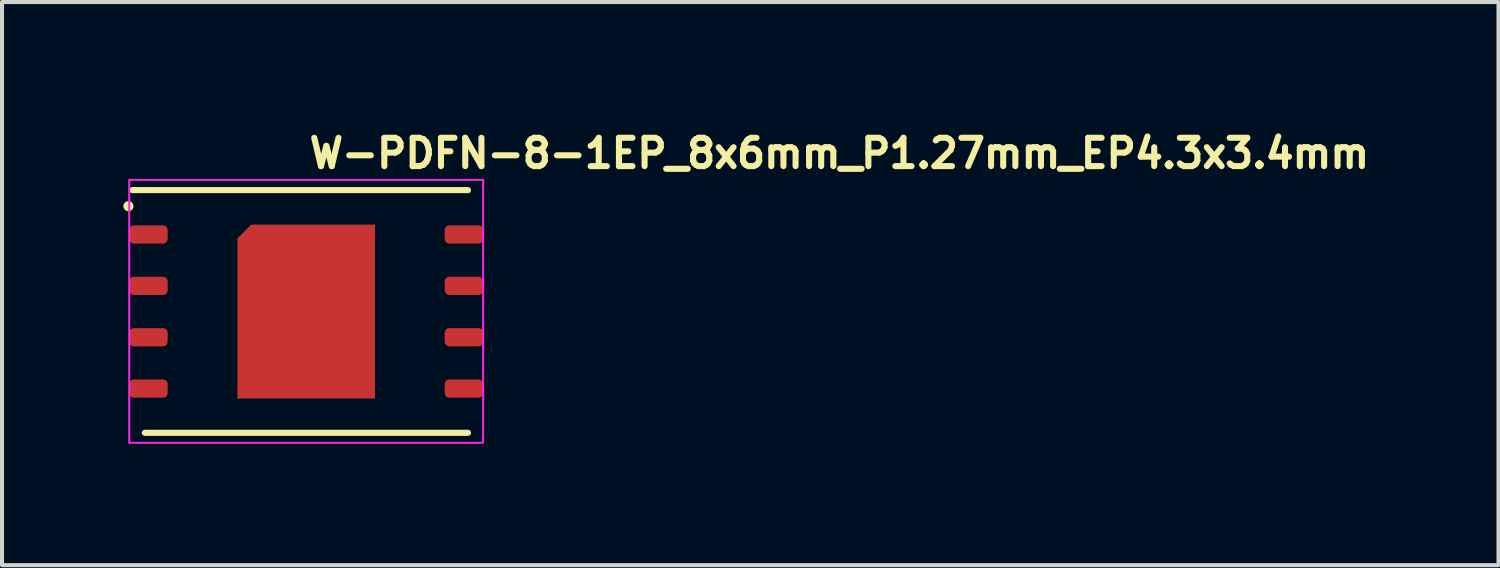
<source format=kicad_pcb>
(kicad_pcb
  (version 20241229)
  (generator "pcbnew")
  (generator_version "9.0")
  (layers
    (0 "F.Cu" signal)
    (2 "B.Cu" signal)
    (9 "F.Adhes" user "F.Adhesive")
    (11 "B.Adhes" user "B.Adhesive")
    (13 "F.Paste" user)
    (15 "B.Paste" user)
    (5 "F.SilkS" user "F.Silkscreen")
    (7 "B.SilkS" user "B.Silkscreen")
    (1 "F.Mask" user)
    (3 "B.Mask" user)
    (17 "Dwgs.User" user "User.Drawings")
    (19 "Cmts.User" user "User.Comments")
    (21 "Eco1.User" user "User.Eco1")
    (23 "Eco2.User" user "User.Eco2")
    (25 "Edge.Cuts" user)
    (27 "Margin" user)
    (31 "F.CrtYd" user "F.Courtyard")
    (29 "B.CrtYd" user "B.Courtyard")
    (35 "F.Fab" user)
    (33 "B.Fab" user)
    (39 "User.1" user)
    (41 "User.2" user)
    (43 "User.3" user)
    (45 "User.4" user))
  (footprint "W-PDFN-8-1EP_8x6mm_P1.27mm_EP4.3x3.4mm"
    (layer "F.Cu")
    (at 4.525 4.647)
    (property "Reference" "W-PDFN-8-1EP_8x6mm_P1.27mm_EP4.3x3.4mm" (at -0.005 -3.497 0) (layer "F.SilkS") (effects (font (size 0.7 0.7) (thickness 0.15)) (justify left bottom)))
    (attr smd)
    (fp_line (start -4.3 -2.997) (end 3.995 -2.997) (stroke (width 0.15) (type solid)) (layer "F.SilkS"))
    (fp_line (start -3.995 3.003) (end 3.995 3.003) (stroke (width 0.15) (type solid)) (layer "F.SilkS"))
    (fp_circle (center -4.4 -2.6) (end -4.35 -2.6) (stroke (width 0.15) (type solid)) (fill yes) (layer "F.SilkS"))
    (fp_rect (start -4.38 -3.25) (end 4.37 3.25) (stroke (width 0.05) (type solid)) (fill no) (layer "F.CrtYd"))
    (fp_line (start -4.005 -2.297) (end -3.305 -2.997) (stroke (width 0.1) (type solid)) (layer "User.5"))
    (fp_rect (start -4.025 -3) (end 4.025 3) (stroke (width 0.1) (type solid)) (fill no) (layer "User.5"))
    (fp_line (start -4.025 -2.105) (end -4.025 -1.705) (stroke (width 0.02) (type solid)) (layer "User.9"))
    (fp_line (start -4.025 -1.705) (end -3.997 -1.705) (stroke (width 0.02) (type solid)) (layer "User.9"))
    (fp_line (start -4.025 -0.835) (end -4.025 -0.435) (stroke (width 0.02) (type solid)) (layer "User.9"))
    (fp_line (start -4.025 -0.435) (end -3.997 -0.435) (stroke (width 0.02) (type solid)) (layer "User.9"))
    (fp_line (start -4.025 0.435) (end -4.025 0.835) (stroke (width 0.02) (type solid)) (layer "User.9"))
    (fp_line (start -4.025 0.835) (end -3.997 0.835) (stroke (width 0.02) (type solid)) (layer "User.9"))
    (fp_line (start -4.025 1.705) (end -4.025 2.105) (stroke (width 0.02) (type solid)) (layer "User.9"))
    (fp_line (start -4.025 2.105) (end -3.997 2.105) (stroke (width 0.02) (type solid)) (layer "User.9"))
    (fp_line (start -3.997 -3) (end -3.997 3) (stroke (width 0.02) (type solid)) (layer "User.9"))
    (fp_line (start -3.997 -2.105) (end -4.025 -2.105) (stroke (width 0.02) (type solid)) (layer "User.9"))
    (fp_line (start -3.997 -0.835) (end -4.025 -0.835) (stroke (width 0.02) (type solid)) (layer "User.9"))
    (fp_line (start -3.997 0.435) (end -4.025 0.435) (stroke (width 0.02) (type solid)) (layer "User.9"))
    (fp_line (start -3.997 1.705) (end -4.025 1.705) (stroke (width 0.02) (type solid)) (layer "User.9"))
    (fp_line (start -3.997 3) (end 4.003 3) (stroke (width 0.02) (type solid)) (layer "User.9"))
    (fp_line (start -3.27 -2.291) (end -3.27 -2.285) (stroke (width 0.02) (type solid)) (layer "User.9"))
    (fp_line (start -3.27 -2.285) (end -3.27 -2.278) (stroke (width 0.02) (type solid)) (layer "User.9"))
    (fp_line (start -3.27 -2.278) (end -3.269 -2.272) (stroke (width 0.02) (type solid)) (layer "User.9"))
    (fp_line (start -3.269 -2.298) (end -3.27 -2.291) (stroke (width 0.02) (type solid)) (layer "User.9"))
    (fp_line (start -3.269 -2.272) (end -3.268 -2.266) (stroke (width 0.02) (type solid)) (layer "User.9"))
    (fp_line (start -3.268 -2.304) (end -3.269 -2.298) (stroke (width 0.02) (type solid)) (layer "User.9"))
    (fp_line (start -3.268 -2.266) (end -3.267 -2.259) (stroke (width 0.02) (type solid)) (layer "User.9"))
    (fp_line (start -3.267 -2.311) (end -3.268 -2.304) (stroke (width 0.02) (type solid)) (layer "User.9"))
    (fp_line (start -3.267 -2.259) (end -3.265 -2.253) (stroke (width 0.02) (type solid)) (layer "User.9"))
    (fp_line (start -3.265 -2.317) (end -3.267 -2.311) (stroke (width 0.02) (type solid)) (layer "User.9"))
    (fp_line (start -3.265 -2.253) (end -3.262 -2.247) (stroke (width 0.02) (type solid)) (layer "User.9"))
    (fp_line (start -3.262 -2.323) (end -3.265 -2.317) (stroke (width 0.02) (type solid)) (layer "User.9"))
    (fp_line (start -3.262 -2.247) (end -3.26 -2.241) (stroke (width 0.02) (type solid)) (layer "User.9"))
    (fp_line (start -3.26 -2.329) (end -3.262 -2.323) (stroke (width 0.02) (type solid)) (layer "User.9"))
    (fp_line (start -3.26 -2.241) (end -3.257 -2.235) (stroke (width 0.02) (type solid)) (layer "User.9"))
    (fp_line (start -3.257 -2.335) (end -3.26 -2.329) (stroke (width 0.02) (type solid)) (layer "User.9"))
    (fp_line (start -3.257 -2.335) (end -3.257 -2.335) (stroke (width 0.02) (type solid)) (layer "User.9"))
    (fp_line (start -3.257 -2.235) (end -3.257 -2.235) (stroke (width 0.02) (type solid)) (layer "User.9"))
    (fp_line (start -3.257 -2.235) (end -3.255 -2.232) (stroke (width 0.02) (type solid)) (layer "User.9"))
    (fp_line (start -3.255 -2.232) (end -3.253 -2.229) (stroke (width 0.02) (type solid)) (layer "User.9"))
    (fp_line (start -3.253 -2.341) (end -3.257 -2.335) (stroke (width 0.02) (type solid)) (layer "User.9"))
    (fp_line (start -3.253 -2.229) (end -3.251 -2.226) (stroke (width 0.02) (type solid)) (layer "User.9"))
    (fp_line (start -3.251 -2.226) (end -3.249 -2.224) (stroke (width 0.02) (type solid)) (layer "User.9"))
    (fp_line (start -3.249 -2.346) (end -3.253 -2.341) (stroke (width 0.02) (type solid)) (layer "User.9"))
    (fp_line (start -3.249 -2.224) (end -3.247 -2.221) (stroke (width 0.02) (type solid)) (layer "User.9"))
    (fp_line (start -3.247 -2.221) (end -3.245 -2.219) (stroke (width 0.02) (type solid)) (layer "User.9"))
    (fp_line (start -3.245 -2.351) (end -3.249 -2.346) (stroke (width 0.02) (type solid)) (layer "User.9"))
    (fp_line (start -3.245 -2.219) (end -3.243 -2.216) (stroke (width 0.02) (type solid)) (layer "User.9"))
    (fp_line (start -3.243 -2.216) (end -3.241 -2.214) (stroke (width 0.02) (type solid)) (layer "User.9"))
    (fp_line (start -3.241 -2.356) (end -3.245 -2.351) (stroke (width 0.02) (type solid)) (layer "User.9"))
    (fp_line (start -3.241 -2.214) (end -3.238 -2.212) (stroke (width 0.02) (type solid)) (layer "User.9"))
    (fp_line (start -3.238 -2.212) (end -3.236 -2.21) (stroke (width 0.02) (type solid)) (layer "User.9"))
    (fp_line (start -3.236 -2.36) (end -3.241 -2.356) (stroke (width 0.02) (type solid)) (layer "User.9"))
    (fp_line (start -3.236 -2.21) (end -3.233 -2.207) (stroke (width 0.02) (type solid)) (layer "User.9"))
    (fp_line (start -3.233 -2.207) (end -3.231 -2.205) (stroke (width 0.02) (type solid)) (layer "User.9"))
    (fp_line (start -3.231 -2.364) (end -3.236 -2.36) (stroke (width 0.02) (type solid)) (layer "User.9"))
    (fp_line (start -3.231 -2.205) (end -3.228 -2.204) (stroke (width 0.02) (type solid)) (layer "User.9"))
    (fp_line (start -3.228 -2.204) (end -3.226 -2.202) (stroke (width 0.02) (type solid)) (layer "User.9"))
    (fp_line (start -3.226 -2.368) (end -3.231 -2.364) (stroke (width 0.02) (type solid)) (layer "User.9"))
    (fp_line (start -3.226 -2.202) (end -3.223 -2.2) (stroke (width 0.02) (type solid)) (layer "User.9"))
    (fp_line (start -3.223 -2.2) (end -3.22 -2.198) (stroke (width 0.02) (type solid)) (layer "User.9"))
    (fp_line (start -3.22 -2.371) (end -3.226 -2.368) (stroke (width 0.02) (type solid)) (layer "User.9"))
    (fp_line (start -3.22 -2.198) (end -3.217 -2.197) (stroke (width 0.02) (type solid)) (layer "User.9"))
    (fp_line (start -3.217 -2.197) (end -3.214 -2.195) (stroke (width 0.02) (type solid)) (layer "User.9"))
    (fp_line (start -3.214 -2.375) (end -3.22 -2.371) (stroke (width 0.02) (type solid)) (layer "User.9"))
    (fp_line (start -3.214 -2.195) (end -3.211 -2.194) (stroke (width 0.02) (type solid)) (layer "User.9"))
    (fp_line (start -3.211 -2.194) (end -3.208 -2.193) (stroke (width 0.02) (type solid)) (layer "User.9"))
    (fp_line (start -3.208 -2.377) (end -3.214 -2.375) (stroke (width 0.02) (type solid)) (layer "User.9"))
    (fp_line (start -3.208 -2.193) (end -3.205 -2.191) (stroke (width 0.02) (type solid)) (layer "User.9"))
    (fp_line (start -3.205 -2.191) (end -3.202 -2.19) (stroke (width 0.02) (type solid)) (layer "User.9"))
    (fp_line (start -3.202 -2.38) (end -3.208 -2.377) (stroke (width 0.02) (type solid)) (layer "User.9"))
    (fp_line (start -3.202 -2.19) (end -3.199 -2.189) (stroke (width 0.02) (type solid)) (layer "User.9"))
    (fp_line (start -3.199 -2.189) (end -3.196 -2.188) (stroke (width 0.02) (type solid)) (layer "User.9"))
    (fp_line (start -3.196 -2.381) (end -3.202 -2.38) (stroke (width 0.02) (type solid)) (layer "User.9"))
    (fp_line (start -3.196 -2.188) (end -3.193 -2.188) (stroke (width 0.02) (type solid)) (layer "User.9"))
    (fp_line (start -3.193 -2.188) (end -3.19 -2.187) (stroke (width 0.02) (type solid)) (layer "User.9"))
    (fp_line (start -3.19 -2.383) (end -3.196 -2.381) (stroke (width 0.02) (type solid)) (layer "User.9"))
    (fp_line (start -3.19 -2.187) (end -3.187 -2.186) (stroke (width 0.02) (type solid)) (layer "User.9"))
    (fp_line (start -3.187 -2.186) (end -3.183 -2.186) (stroke (width 0.02) (type solid)) (layer "User.9"))
    (fp_line (start -3.183 -2.384) (end -3.19 -2.383) (stroke (width 0.02) (type solid)) (layer "User.9"))
    (fp_line (start -3.183 -2.186) (end -3.18 -2.185) (stroke (width 0.02) (type solid)) (layer "User.9"))
    (fp_line (start -3.18 -2.185) (end -3.177 -2.185) (stroke (width 0.02) (type solid)) (layer "User.9"))
    (fp_line (start -3.177 -2.385) (end -3.183 -2.384) (stroke (width 0.02) (type solid)) (layer "User.9"))
    (fp_line (start -3.177 -2.185) (end -3.173 -2.185) (stroke (width 0.02) (type solid)) (layer "User.9"))
    (fp_line (start -3.173 -2.185) (end -3.17 -2.185) (stroke (width 0.02) (type solid)) (layer "User.9"))
    (fp_line (start -3.17 -2.385) (end -3.177 -2.385) (stroke (width 0.02) (type solid)) (layer "User.9"))
    (fp_line (start -3.17 -2.185) (end -3.163 -2.185) (stroke (width 0.02) (type solid)) (layer "User.9"))
    (fp_line (start -3.167 -2.385) (end -3.17 -2.385) (stroke (width 0.02) (type solid)) (layer "User.9"))
    (fp_line (start -3.163 -2.385) (end -3.167 -2.385) (stroke (width 0.02) (type solid)) (layer "User.9"))
    (fp_line (start -3.163 -2.185) (end -3.157 -2.186) (stroke (width 0.02) (type solid)) (layer "User.9"))
    (fp_line (start -3.16 -2.384) (end -3.163 -2.385) (stroke (width 0.02) (type solid)) (layer "User.9"))
    (fp_line (start -3.157 -2.384) (end -3.16 -2.384) (stroke (width 0.02) (type solid)) (layer "User.9"))
    (fp_line (start -3.157 -2.186) (end -3.15 -2.187) (stroke (width 0.02) (type solid)) (layer "User.9"))
    (fp_line (start -3.154 -2.384) (end -3.157 -2.384) (stroke (width 0.02) (type solid)) (layer "User.9"))
    (fp_line (start -3.15 -2.383) (end -3.154 -2.384) (stroke (width 0.02) (type solid)) (layer "User.9"))
    (fp_line (start -3.15 -2.187) (end -3.144 -2.188) (stroke (width 0.02) (type solid)) (layer "User.9"))
    (fp_line (start -3.147 -2.382) (end -3.15 -2.383) (stroke (width 0.02) (type solid)) (layer "User.9"))
    (fp_line (start -3.144 -2.381) (end -3.147 -2.382) (stroke (width 0.02) (type solid)) (layer "User.9"))
    (fp_line (start -3.144 -2.188) (end -3.138 -2.19) (stroke (width 0.02) (type solid)) (layer "User.9"))
    (fp_line (start -3.141 -2.381) (end -3.144 -2.381) (stroke (width 0.02) (type solid)) (layer "User.9"))
    (fp_line (start -3.138 -2.38) (end -3.141 -2.381) (stroke (width 0.02) (type solid)) (layer "User.9"))
    (fp_line (start -3.138 -2.19) (end -3.132 -2.193) (stroke (width 0.02) (type solid)) (layer "User.9"))
    (fp_line (start -3.135 -2.378) (end -3.138 -2.38) (stroke (width 0.02) (type solid)) (layer "User.9"))
    (fp_line (start -3.132 -2.377) (end -3.135 -2.378) (stroke (width 0.02) (type solid)) (layer "User.9"))
    (fp_line (start -3.132 -2.193) (end -3.126 -2.195) (stroke (width 0.02) (type solid)) (layer "User.9"))
    (fp_line (start -3.129 -2.376) (end -3.132 -2.377) (stroke (width 0.02) (type solid)) (layer "User.9"))
    (fp_line (start -3.126 -2.375) (end -3.129 -2.376) (stroke (width 0.02) (type solid)) (layer "User.9"))
    (fp_line (start -3.126 -2.195) (end -3.12 -2.198) (stroke (width 0.02) (type solid)) (layer "User.9"))
    (fp_line (start -3.123 -2.373) (end -3.126 -2.375) (stroke (width 0.02) (type solid)) (layer "User.9"))
    (fp_line (start -3.12 -2.371) (end -3.123 -2.373) (stroke (width 0.02) (type solid)) (layer "User.9"))
    (fp_line (start -3.12 -2.198) (end -3.115 -2.202) (stroke (width 0.02) (type solid)) (layer "User.9"))
    (fp_line (start -3.117 -2.37) (end -3.12 -2.371) (stroke (width 0.02) (type solid)) (layer "User.9"))
    (fp_line (start -3.115 -2.368) (end -3.117 -2.37) (stroke (width 0.02) (type solid)) (layer "User.9"))
    (fp_line (start -3.115 -2.202) (end -3.109 -2.205) (stroke (width 0.02) (type solid)) (layer "User.9"))
    (fp_line (start -3.112 -2.366) (end -3.115 -2.368) (stroke (width 0.02) (type solid)) (layer "User.9"))
    (fp_line (start -3.109 -2.364) (end -3.112 -2.366) (stroke (width 0.02) (type solid)) (layer "User.9"))
    (fp_line (start -3.109 -2.205) (end -3.104 -2.21) (stroke (width 0.02) (type solid)) (layer "User.9"))
    (fp_line (start -3.107 -2.362) (end -3.109 -2.364) (stroke (width 0.02) (type solid)) (layer "User.9"))
    (fp_line (start -3.104 -2.36) (end -3.107 -2.362) (stroke (width 0.02) (type solid)) (layer "User.9"))
    (fp_line (start -3.104 -2.21) (end -3.099 -2.214) (stroke (width 0.02) (type solid)) (layer "User.9"))
    (fp_line (start -3.102 -2.358) (end -3.104 -2.36) (stroke (width 0.02) (type solid)) (layer "User.9"))
    (fp_line (start -3.099 -2.356) (end -3.102 -2.358) (stroke (width 0.02) (type solid)) (layer "User.9"))
    (fp_line (start -3.099 -2.214) (end -3.095 -2.219) (stroke (width 0.02) (type solid)) (layer "User.9"))
    (fp_line (start -3.097 -2.353) (end -3.099 -2.356) (stroke (width 0.02) (type solid)) (layer "User.9"))
    (fp_line (start -3.095 -2.351) (end -3.097 -2.353) (stroke (width 0.02) (type solid)) (layer "User.9"))
    (fp_line (start -3.095 -2.219) (end -3.091 -2.224) (stroke (width 0.02) (type solid)) (layer "User.9"))
    (fp_line (start -3.093 -2.348) (end -3.095 -2.351) (stroke (width 0.02) (type solid)) (layer "User.9"))
    (fp_line (start -3.091 -2.346) (end -3.093 -2.348) (stroke (width 0.02) (type solid)) (layer "User.9"))
    (fp_line (start -3.091 -2.224) (end -3.087 -2.229) (stroke (width 0.02) (type solid)) (layer "User.9"))
    (fp_line (start -3.089 -2.343) (end -3.091 -2.346) (stroke (width 0.02) (type solid)) (layer "User.9"))
    (fp_line (start -3.087 -2.341) (end -3.089 -2.343) (stroke (width 0.02) (type solid)) (layer "User.9"))
    (fp_line (start -3.087 -2.229) (end -3.083 -2.235) (stroke (width 0.02) (type solid)) (layer "User.9"))
    (fp_line (start -3.085 -2.338) (end -3.087 -2.341) (stroke (width 0.02) (type solid)) (layer "User.9"))
    (fp_line (start -3.083 -2.335) (end -3.085 -2.338) (stroke (width 0.02) (type solid)) (layer "User.9"))
    (fp_line (start -3.083 -2.335) (end -3.083 -2.335) (stroke (width 0.02) (type solid)) (layer "User.9"))
    (fp_line (start -3.083 -2.235) (end -3.083 -2.235) (stroke (width 0.02) (type solid)) (layer "User.9"))
    (fp_line (start -3.083 -2.235) (end -3.08 -2.241) (stroke (width 0.02) (type solid)) (layer "User.9"))
    (fp_line (start -3.08 -2.329) (end -3.083 -2.335) (stroke (width 0.02) (type solid)) (layer "User.9"))
    (fp_line (start -3.08 -2.241) (end -3.078 -2.247) (stroke (width 0.02) (type solid)) (layer "User.9"))
    (fp_line (start -3.078 -2.323) (end -3.08 -2.329) (stroke (width 0.02) (type solid)) (layer "User.9"))
    (fp_line (start -3.078 -2.247) (end -3.075 -2.253) (stroke (width 0.02) (type solid)) (layer "User.9"))
    (fp_line (start -3.075 -2.317) (end -3.078 -2.323) (stroke (width 0.02) (type solid)) (layer "User.9"))
    (fp_line (start -3.075 -2.253) (end -3.073 -2.259) (stroke (width 0.02) (type solid)) (layer "User.9"))
    (fp_line (start -3.073 -2.311) (end -3.075 -2.317) (stroke (width 0.02) (type solid)) (layer "User.9"))
    (fp_line (start -3.073 -2.259) (end -3.072 -2.266) (stroke (width 0.02) (type solid)) (layer "User.9"))
    (fp_line (start -3.072 -2.304) (end -3.073 -2.311) (stroke (width 0.02) (type solid)) (layer "User.9"))
    (fp_line (start -3.072 -2.266) (end -3.071 -2.272) (stroke (width 0.02) (type solid)) (layer "User.9"))
    (fp_line (start -3.071 -2.298) (end -3.072 -2.304) (stroke (width 0.02) (type solid)) (layer "User.9"))
    (fp_line (start -3.071 -2.272) (end -3.07 -2.278) (stroke (width 0.02) (type solid)) (layer "User.9"))
    (fp_line (start -3.07 -2.291) (end -3.071 -2.298) (stroke (width 0.02) (type solid)) (layer "User.9"))
    (fp_line (start -3.07 -2.285) (end -3.07 -2.291) (stroke (width 0.02) (type solid)) (layer "User.9"))
    (fp_line (start -3.07 -2.278) (end -3.07 -2.285) (stroke (width 0.02) (type solid)) (layer "User.9"))
    (fp_line (start 4.003 -3) (end -3.997 -3) (stroke (width 0.02) (type solid)) (layer "User.9"))
    (fp_line (start 4.003 -1.705) (end 4.025 -1.705) (stroke (width 0.02) (type solid)) (layer "User.9"))
    (fp_line (start 4.003 -0.435) (end 4.025 -0.435) (stroke (width 0.02) (type solid)) (layer "User.9"))
    (fp_line (start 4.003 0.835) (end 4.025 0.835) (stroke (width 0.02) (type solid)) (layer "User.9"))
    (fp_line (start 4.003 2.105) (end 4.025 2.105) (stroke (width 0.02) (type solid)) (layer "User.9"))
    (fp_line (start 4.003 3) (end 4.003 -3) (stroke (width 0.02) (type solid)) (layer "User.9"))
    (fp_line (start 4.025 -2.105) (end 4.003 -2.105) (stroke (width 0.02) (type solid)) (layer "User.9"))
    (fp_line (start 4.025 -1.705) (end 4.025 -2.105) (stroke (width 0.02) (type solid)) (layer "User.9"))
    (fp_line (start 4.025 -0.835) (end 4.003 -0.835) (stroke (width 0.02) (type solid)) (layer "User.9"))
    (fp_line (start 4.025 -0.435) (end 4.025 -0.835) (stroke (width 0.02) (type solid)) (layer "User.9"))
    (fp_line (start 4.025 0.435) (end 4.003 0.435) (stroke (width 0.02) (type solid)) (layer "User.9"))
    (fp_line (start 4.025 0.835) (end 4.025 0.435) (stroke (width 0.02) (type solid)) (layer "User.9"))
    (fp_line (start 4.025 1.705) (end 4.003 1.705) (stroke (width 0.02) (type solid)) (layer "User.9"))
    (fp_line (start 4.025 2.105) (end 4.025 1.705) (stroke (width 0.02) (type solid)) (layer "User.9"))
    (pad "" smd rect (at -1.03 -1.47 270) (size 0.8 0.8) (layers "F.Paste"))
    (pad "" smd rect (at -1.03 -0.47 270) (size 0.8 0.8) (layers "F.Paste"))
    (pad "" smd rect (at -1.03 0.53 270) (size 0.8 0.8) (layers "F.Paste"))
    (pad "" smd rect (at -1.03 1.53 270) (size 0.8 0.8) (layers "F.Paste"))
    (pad "" smd rect (at -0.03 -1.47 270) (size 0.8 0.8) (layers "F.Paste"))
    (pad "" smd rect (at -0.03 -0.47 270) (size 0.8 0.8) (layers "F.Paste"))
    (pad "" smd rect (at -0.03 0.53 270) (size 0.8 0.8) (layers "F.Paste"))
    (pad "" smd rect (at -0.03 1.53 270) (size 0.8 0.8) (layers "F.Paste"))
    (pad "" smd rect (at 0.97 -1.47 270) (size 0.8 0.8) (layers "F.Paste"))
    (pad "" smd rect (at 0.97 -0.47 270) (size 0.8 0.8) (layers "F.Paste"))
    (pad "" smd rect (at 0.97 0.53 270) (size 0.8 0.8) (layers "F.Paste"))
    (pad "" smd rect (at 0.97 1.53 270) (size 0.8 0.8) (layers "F.Paste"))
    (pad "1" smd roundrect (at -3.905 -1.9 270) (size 0.45 0.95) (layers "F.Cu" "F.Mask" "F.Paste") (roundrect_rratio 0.25))
    (pad "2" smd roundrect (at -3.905 -0.63 270) (size 0.45 0.95) (layers "F.Cu" "F.Mask" "F.Paste") (roundrect_rratio 0.25))
    (pad "3" smd roundrect (at -3.905 0.64 270) (size 0.45 0.95) (layers "F.Cu" "F.Mask" "F.Paste") (roundrect_rratio 0.25))
    (pad "4" smd roundrect (at -3.905 1.91 270) (size 0.45 0.95) (layers "F.Cu" "F.Mask" "F.Paste") (roundrect_rratio 0.25))
    (pad "5" smd roundrect (at 3.895 1.91 270) (size 0.45 0.95) (layers "F.Cu" "F.Mask" "F.Paste") (roundrect_rratio 0.25))
    (pad "6" smd roundrect (at 3.895 0.64 270) (size 0.45 0.95) (layers "F.Cu" "F.Mask" "F.Paste") (roundrect_rratio 0.25))
    (pad "7" smd roundrect (at 3.895 -0.63 270) (size 0.45 0.95) (layers "F.Cu" "F.Mask" "F.Paste") (roundrect_rratio 0.25))
    (pad "8" smd roundrect (at 3.895 -1.9 270) (size 0.45 0.95) (layers "F.Cu" "F.Mask" "F.Paste") (roundrect_rratio 0.25))
    (pad "9" smd roundrect (at -0.005 0.005 270) (size 4.3 3.4) (layers "F.Cu" "F.Mask") (roundrect_rratio 0) (chamfer_ratio 0.1) (chamfer bottom_left)))
  (gr_rect
    (start -3 -3)
    (end 33.997 10.922)
    (stroke (width 0.1) (type default))
    (fill no)
    (layer "Edge.Cuts")))
</source>
